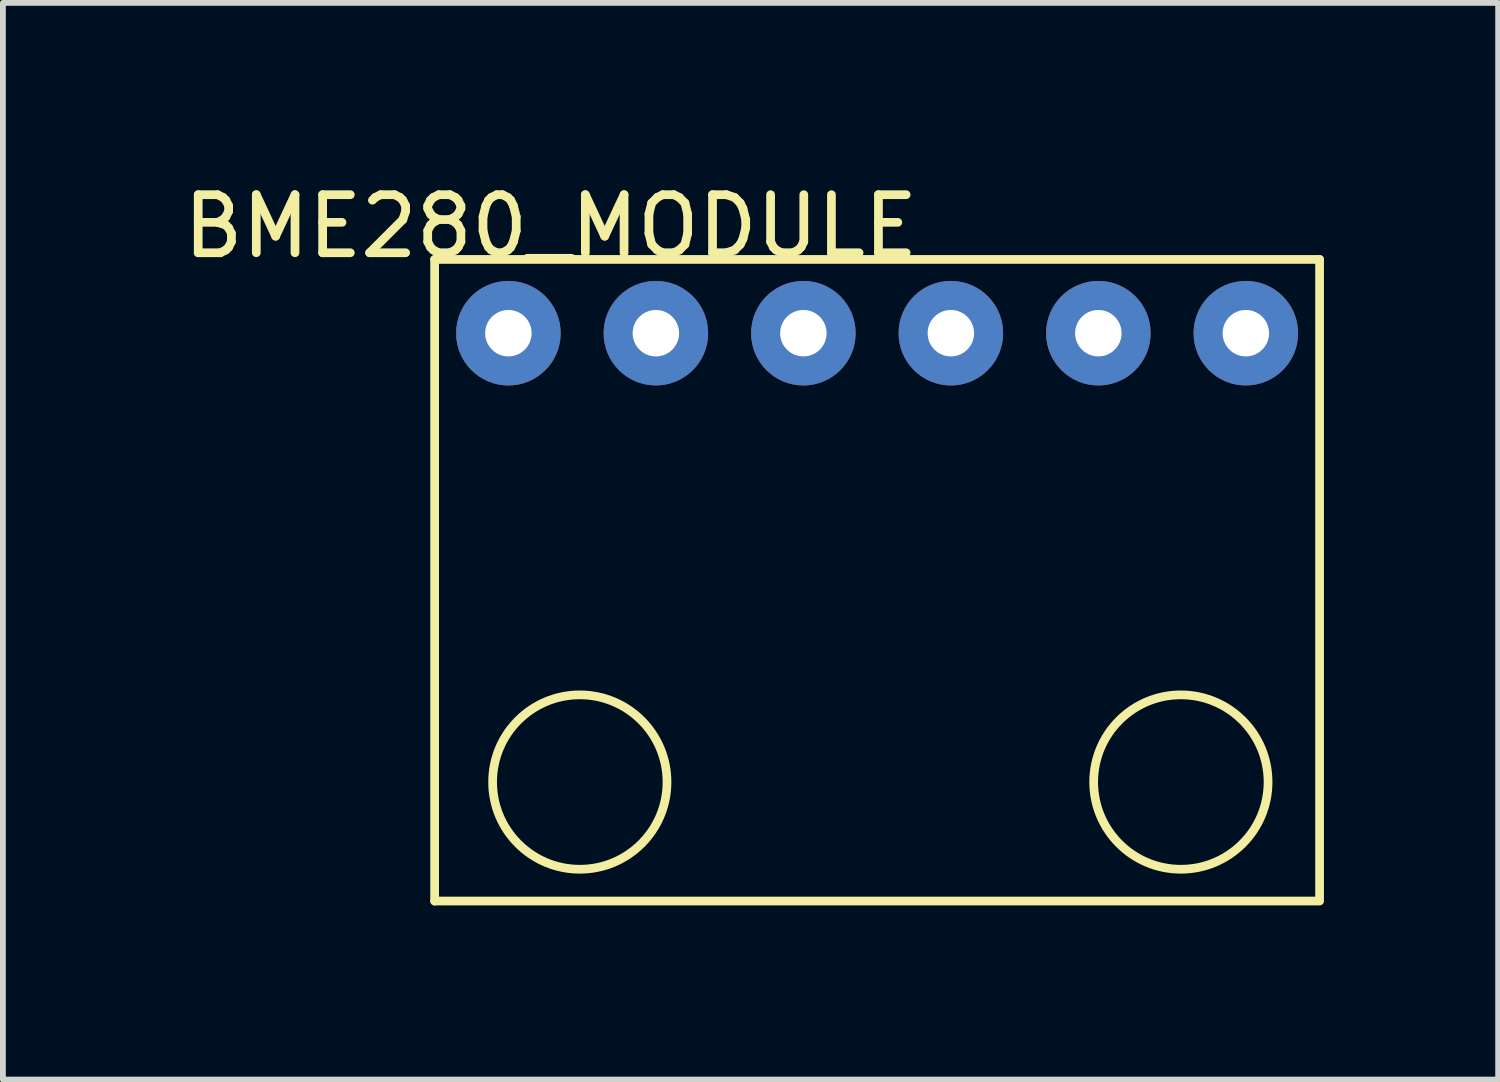
<source format=kicad_pcb>
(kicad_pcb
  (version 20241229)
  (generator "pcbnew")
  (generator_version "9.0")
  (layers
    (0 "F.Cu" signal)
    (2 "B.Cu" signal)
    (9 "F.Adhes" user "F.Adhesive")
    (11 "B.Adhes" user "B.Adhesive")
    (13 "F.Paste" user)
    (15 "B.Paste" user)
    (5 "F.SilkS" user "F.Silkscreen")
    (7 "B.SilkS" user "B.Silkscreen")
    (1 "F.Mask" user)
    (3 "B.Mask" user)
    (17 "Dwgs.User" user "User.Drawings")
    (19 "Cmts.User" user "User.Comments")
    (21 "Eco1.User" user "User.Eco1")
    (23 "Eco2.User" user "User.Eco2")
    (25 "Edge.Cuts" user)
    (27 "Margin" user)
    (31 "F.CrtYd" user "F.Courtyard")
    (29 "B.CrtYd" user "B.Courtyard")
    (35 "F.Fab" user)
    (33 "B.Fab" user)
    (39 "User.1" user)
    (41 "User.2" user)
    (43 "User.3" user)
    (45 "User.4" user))
  (footprint "BME280_MODULE"
    (layer "F.Cu")
    (at 4.435 1.418)
    (property "Reference" "BME280_MODULE" (at 2 -0.57 0) (layer "F.SilkS") (effects (font (size 1 1) (thickness 0.15))))
    (attr through_hole)
    (fp_line (start 0 0) (end 15.24 0) (stroke (width 0.15) (type solid)) (layer "F.SilkS"))
    (fp_line (start 0 11.049) (end 0 0) (stroke (width 0.15) (type solid)) (layer "F.SilkS"))
    (fp_line (start 15.24 0) (end 15.24 11) (stroke (width 0.15) (type solid)) (layer "F.SilkS"))
    (fp_line (start 15.24 11.049) (end 0 11.049) (stroke (width 0.15) (type solid)) (layer "F.SilkS"))
    (fp_circle (center 2.5 9) (end 4 8.93) (stroke (width 0.15) (type solid)) (fill no) (layer "F.SilkS"))
    (fp_circle (center 12.851 9) (end 14.351 8.93) (stroke (width 0.15) (type solid)) (fill no) (layer "F.SilkS"))
    (pad "1" thru_hole circle (at 1.27 1.27) (size 1.8 1.8) (drill 0.8) (layers "*.Cu" "*.Mask"))
    (pad "2" thru_hole circle (at 3.81 1.27) (size 1.8 1.8) (drill 0.8) (layers "*.Cu" "*.Mask"))
    (pad "3" thru_hole circle (at 6.35 1.27) (size 1.8 1.8) (drill 0.8) (layers "*.Cu" "*.Mask"))
    (pad "4" thru_hole circle (at 8.89 1.27) (size 1.8 1.8) (drill 0.8) (layers "*.Cu" "*.Mask"))
    (pad "5" thru_hole circle (at 11.43 1.27) (size 1.8 1.8) (drill 0.8) (layers "*.Cu" "*.Mask"))
    (pad "6" thru_hole circle (at 13.97 1.27) (size 1.8 1.8) (drill 0.8) (layers "*.Cu" "*.Mask")))
  (gr_rect
    (start -3 -3)
    (end 22.75 15.542)
    (stroke (width 0.1) (type default))
    (fill no)
    (layer "Edge.Cuts")))
</source>
